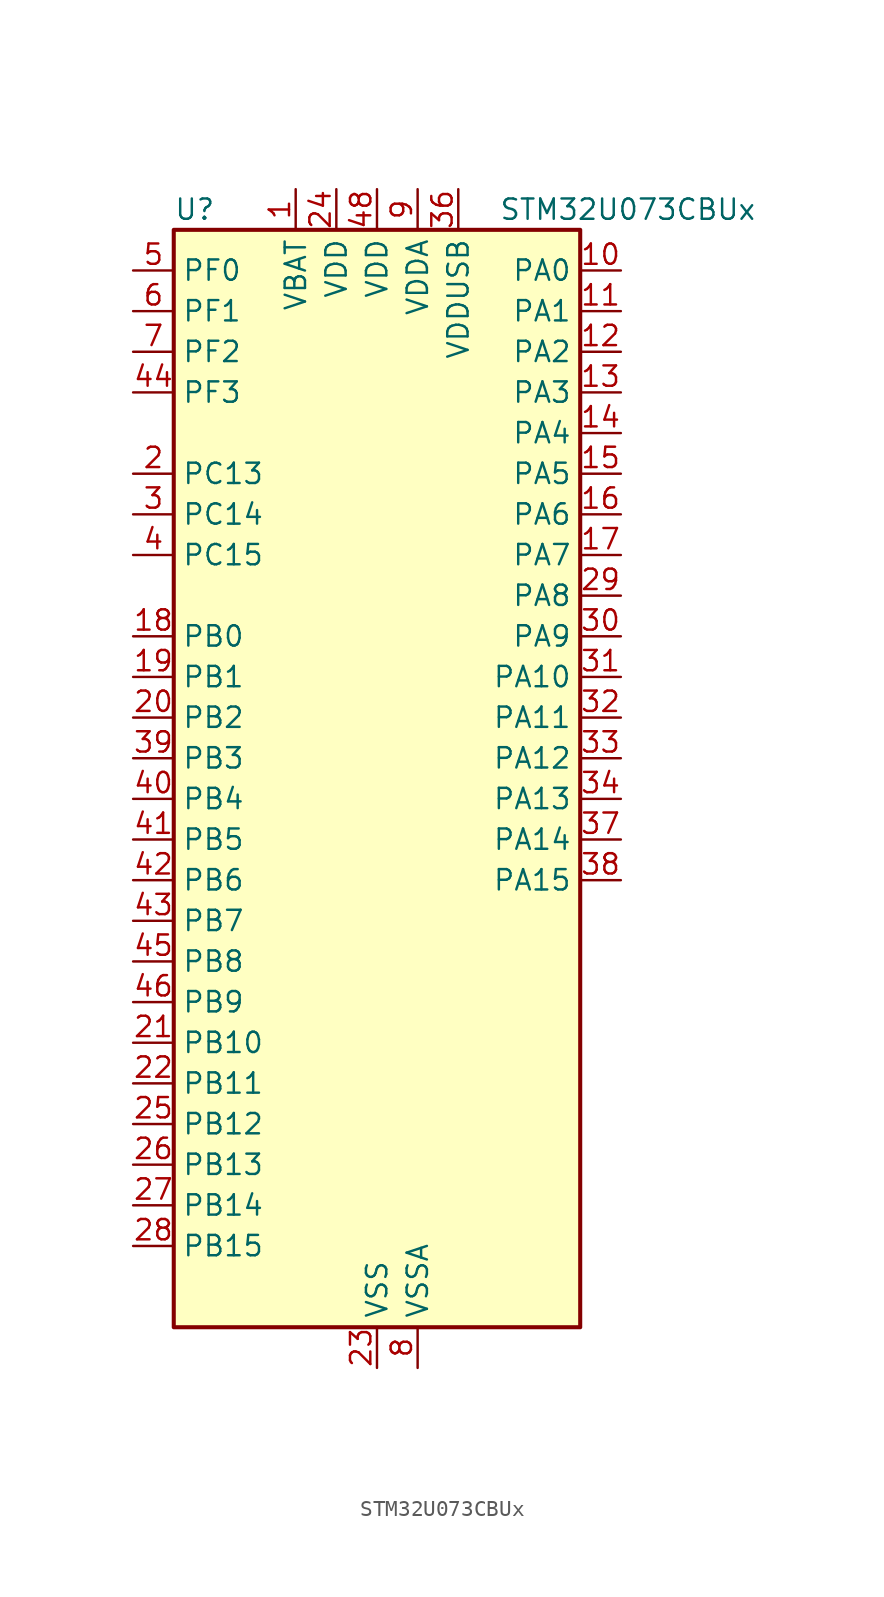
<source format=kicad_sym>
(kicad_symbol_lib
  (version 20231120)
  (generator "kicad_symbol_editor")
  (generator_version "8.99")
  (symbol "STM32U073CBUx"
    (property "Reference" "U"
      (at -12.7 36.83 0)
      (effects (font (size 1.27 1.27)) (justify left)))
    (property "Value" "STM32U073CBUx"
      (at 7.62 36.83 0)
      (effects (font (size 1.27 1.27)) (justify left)))
    (property "ki_locked" ""
      (at 0 0 0)
      (effects (font (size 1.27 1.27))))
    (symbol "STM32U073CBUx_0_1"
      (rectangle (start -12.7 -33.02) (end 12.7 35.56) (stroke (width 0.254) (type default)) (fill (type background))))
    (symbol "STM32U073CBUx_1_1"
      (pin power_in line (at -5.08 38.1 270) (length 2.54) (name "VBAT" (effects (font (size 1.27 1.27)))) (number "1" (effects (font (size 1.27 1.27)))))
      (pin bidirectional line (at 15.24 33.02 180) (length 2.54) (name "PA0" (effects (font (size 1.27 1.27)))) (number "10" (effects (font (size 1.27 1.27)))) (alternate "ADC1_IN4" bidirectional line) (alternate "COMP1_INM" bidirectional line) (alternate "COMP1_OUT" bidirectional line) (alternate "LCD_SEG42" bidirectional line) (alternate "OPAMP1_VINP" bidirectional line) (alternate "PWR_WKUP1" bidirectional line) (alternate "TAMP_IN2" bidirectional line) (alternate "TIM2_CH1" bidirectional line) (alternate "TIM2_ETR" bidirectional line) (alternate "USART2_CTS" bidirectional line) (alternate "USART4_TX" bidirectional line))
      (pin bidirectional line (at 15.24 30.48 180) (length 2.54) (name "PA1" (effects (font (size 1.27 1.27)))) (number "11" (effects (font (size 1.27 1.27)))) (alternate "ADC1_IN5" bidirectional line) (alternate "COMP1_INP" bidirectional line) (alternate "LCD_SEG0" bidirectional line) (alternate "LPTIM1_CH2" bidirectional line) (alternate "OPAMP1_VINM" bidirectional line) (alternate "PWR_WKUP3" bidirectional line) (alternate "SPI1_SCK" bidirectional line) (alternate "SPI2_SCK" bidirectional line) (alternate "TAMP_IN5" bidirectional line) (alternate "TIM15_CH1N" bidirectional line) (alternate "TIM2_CH2" bidirectional line) (alternate "USART2_DE" bidirectional line) (alternate "USART2_RTS" bidirectional line) (alternate "USART4_RX" bidirectional line))
      (pin bidirectional line (at 15.24 27.94 180) (length 2.54) (name "PA2" (effects (font (size 1.27 1.27)))) (number "12" (effects (font (size 1.27 1.27)))) (alternate "ADC1_IN6" bidirectional line) (alternate "COMP2_INM" bidirectional line) (alternate "COMP2_OUT" bidirectional line) (alternate "LCD_SEG1" bidirectional line) (alternate "LPUART1_TX" bidirectional line) (alternate "PWR_WKUP4" bidirectional line) (alternate "RCC_LSCO" bidirectional line) (alternate "TIM15_CH1" bidirectional line) (alternate "TIM2_CH3" bidirectional line) (alternate "USART2_TX" bidirectional line))
      (pin bidirectional line (at 15.24 25.4 180) (length 2.54) (name "PA3" (effects (font (size 1.27 1.27)))) (number "13" (effects (font (size 1.27 1.27)))) (alternate "ADC1_IN7" bidirectional line) (alternate "COMP2_INP" bidirectional line) (alternate "LCD_SEG2" bidirectional line) (alternate "LPUART1_RX" bidirectional line) (alternate "OPAMP1_VOUT" bidirectional line) (alternate "TIM15_CH2" bidirectional line) (alternate "TIM2_CH4" bidirectional line) (alternate "USART2_RX" bidirectional line))
      (pin bidirectional line (at 15.24 22.86 180) (length 2.54) (name "PA4" (effects (font (size 1.27 1.27)))) (number "14" (effects (font (size 1.27 1.27)))) (alternate "ADC1_IN8" bidirectional line) (alternate "COMP1_INM" bidirectional line) (alternate "COMP2_INM" bidirectional line) (alternate "DAC1_OUT1" bidirectional line) (alternate "LCD_SEG43" bidirectional line) (alternate "LPTIM2_CH1" bidirectional line) (alternate "LPUART3_TX" bidirectional line) (alternate "SPI1_NSS" bidirectional line) (alternate "SPI3_NSS" bidirectional line) (alternate "USART2_CK" bidirectional line))
      (pin bidirectional line (at 15.24 20.32 180) (length 2.54) (name "PA5" (effects (font (size 1.27 1.27)))) (number "15" (effects (font (size 1.27 1.27)))) (alternate "ADC1_IN9" bidirectional line) (alternate "COMP1_INM" bidirectional line) (alternate "COMP2_INM" bidirectional line) (alternate "LCD_SEG44" bidirectional line) (alternate "LPTIM2_ETR" bidirectional line) (alternate "LPUART3_RX" bidirectional line) (alternate "SPI1_SCK" bidirectional line) (alternate "TIM2_CH1" bidirectional line) (alternate "TIM2_ETR" bidirectional line) (alternate "USART3_TX" bidirectional line))
      (pin bidirectional line (at 15.24 17.78 180) (length 2.54) (name "PA6" (effects (font (size 1.27 1.27)))) (number "16" (effects (font (size 1.27 1.27)))) (alternate "ADC1_IN10" bidirectional line) (alternate "COMP1_OUT" bidirectional line) (alternate "I2C2_SDA" bidirectional line) (alternate "I2C3_SDA" bidirectional line) (alternate "LCD_SEG3" bidirectional line) (alternate "LPUART1_CTS" bidirectional line) (alternate "SPI1_MISO" bidirectional line) (alternate "TIM16_CH1" bidirectional line) (alternate "TIM1_BKIN" bidirectional line) (alternate "TIM3_CH1" bidirectional line) (alternate "TSC_G5_IO1" bidirectional line) (alternate "USART3_CTS" bidirectional line))
      (pin bidirectional line (at 15.24 15.24 180) (length 2.54) (name "PA7" (effects (font (size 1.27 1.27)))) (number "17" (effects (font (size 1.27 1.27)))) (alternate "ADC1_IN14" bidirectional line) (alternate "COMP2_OUT" bidirectional line) (alternate "I2C2_SCL" bidirectional line) (alternate "I2C3_SCL" bidirectional line) (alternate "LCD_SEG4" bidirectional line) (alternate "LPTIM2_CH2" bidirectional line) (alternate "SPI1_MOSI" bidirectional line) (alternate "TIM1_CH1N" bidirectional line) (alternate "TIM3_CH2" bidirectional line) (alternate "USART3_RX" bidirectional line))
      (pin bidirectional line (at -15.24 10.16 0) (length 2.54) (name "PB0" (effects (font (size 1.27 1.27)))) (number "18" (effects (font (size 1.27 1.27)))) (alternate "ADC1_IN17" bidirectional line) (alternate "COMP1_OUT" bidirectional line) (alternate "LCD_SEG5" bidirectional line) (alternate "LPTIM3_CH1" bidirectional line) (alternate "LPUART2_CTS" bidirectional line) (alternate "SPI1_NSS" bidirectional line) (alternate "TIM1_CH2N" bidirectional line) (alternate "TIM3_CH3" bidirectional line) (alternate "TSC_G5_IO2" bidirectional line) (alternate "USART3_CK" bidirectional line))
      (pin bidirectional line (at -15.24 7.62 0) (length 2.54) (name "PB1" (effects (font (size 1.27 1.27)))) (number "19" (effects (font (size 1.27 1.27)))) (alternate "ADC1_IN18" bidirectional line) (alternate "COMP1_INM" bidirectional line) (alternate "LCD_SEG6" bidirectional line) (alternate "LPTIM2_IN1" bidirectional line) (alternate "LPTIM3_CH2" bidirectional line) (alternate "LPUART1_DE" bidirectional line) (alternate "LPUART1_RTS" bidirectional line) (alternate "LPUART2_DE" bidirectional line) (alternate "LPUART2_RTS" bidirectional line) (alternate "TIM1_CH3N" bidirectional line) (alternate "TIM3_CH4" bidirectional line) (alternate "TSC_SYNC" bidirectional line) (alternate "USART3_DE" bidirectional line) (alternate "USART3_RTS" bidirectional line))
      (pin bidirectional line (at -15.24 20.32 0) (length 2.54) (name "PC13" (effects (font (size 1.27 1.27)))) (number "2" (effects (font (size 1.27 1.27)))) (alternate "LPTIM1_CH3" bidirectional line) (alternate "LPTIM3_CH3" bidirectional line) (alternate "PWR_WKUP2" bidirectional line) (alternate "RTC_OUT1" bidirectional line) (alternate "RTC_TS" bidirectional line) (alternate "TAMP_IN1" bidirectional line))
      (pin bidirectional line (at -15.24 5.08 0) (length 2.54) (name "PB2" (effects (font (size 1.27 1.27)))) (number "20" (effects (font (size 1.27 1.27)))) (alternate "COMP1_INP" bidirectional line) (alternate "LPTIM1_CH1" bidirectional line) (alternate "RTC_OUT2" bidirectional line))
      (pin bidirectional line (at -15.24 -15.24 0) (length 2.54) (name "PB10" (effects (font (size 1.27 1.27)))) (number "21" (effects (font (size 1.27 1.27)))) (alternate "COMP1_OUT" bidirectional line) (alternate "I2C2_SCL" bidirectional line) (alternate "I2C4_SCL" bidirectional line) (alternate "LCD_SEG10" bidirectional line) (alternate "LPTIM3_CH1" bidirectional line) (alternate "LPUART1_RX" bidirectional line) (alternate "LPUART2_RX" bidirectional line) (alternate "SPI2_SCK" bidirectional line) (alternate "TIM2_CH3" bidirectional line) (alternate "TSC_G5_IO3" bidirectional line) (alternate "USART3_TX" bidirectional line))
      (pin bidirectional line (at -15.24 -17.78 0) (length 2.54) (name "PB11" (effects (font (size 1.27 1.27)))) (number "22" (effects (font (size 1.27 1.27)))) (alternate "ADC1_EXTI11" bidirectional line) (alternate "COMP2_OUT" bidirectional line) (alternate "I2C2_SDA" bidirectional line) (alternate "I2C4_SDA" bidirectional line) (alternate "LCD_SEG11" bidirectional line) (alternate "LPUART1_TX" bidirectional line) (alternate "LPUART2_TX" bidirectional line) (alternate "TIM2_CH4" bidirectional line) (alternate "TSC_G5_IO4" bidirectional line) (alternate "USART3_RX" bidirectional line))
      (pin power_in line (at 0 -35.56 90) (length 2.54) (name "VSS" (effects (font (size 1.27 1.27)))) (number "23" (effects (font (size 1.27 1.27)))))
      (pin power_in line (at -2.54 38.1 270) (length 2.54) (name "VDD" (effects (font (size 1.27 1.27)))) (number "24" (effects (font (size 1.27 1.27)))))
      (pin bidirectional line (at -15.24 -20.32 0) (length 2.54) (name "PB12" (effects (font (size 1.27 1.27)))) (number "25" (effects (font (size 1.27 1.27)))) (alternate "LCD_SEG12" bidirectional line) (alternate "LPUART1_DE" bidirectional line) (alternate "LPUART1_RTS" bidirectional line) (alternate "SPI2_NSS" bidirectional line) (alternate "TIM15_BKIN" bidirectional line) (alternate "TIM1_BKIN" bidirectional line) (alternate "TSC_G1_IO1" bidirectional line) (alternate "USART3_CK" bidirectional line))
      (pin bidirectional line (at -15.24 -22.86 0) (length 2.54) (name "PB13" (effects (font (size 1.27 1.27)))) (number "26" (effects (font (size 1.27 1.27)))) (alternate "I2C2_SCL" bidirectional line) (alternate "LCD_SEG13" bidirectional line) (alternate "LPTIM3_IN1" bidirectional line) (alternate "LPUART1_CTS" bidirectional line) (alternate "SPI2_SCK" bidirectional line) (alternate "TIM15_CH1N" bidirectional line) (alternate "TIM1_CH1N" bidirectional line) (alternate "TSC_G1_IO2" bidirectional line) (alternate "USART3_CTS" bidirectional line))
      (pin bidirectional line (at -15.24 -25.4 0) (length 2.54) (name "PB14" (effects (font (size 1.27 1.27)))) (number "27" (effects (font (size 1.27 1.27)))) (alternate "I2C2_SDA" bidirectional line) (alternate "LCD_SEG14" bidirectional line) (alternate "LPTIM3_ETR" bidirectional line) (alternate "SPI2_MISO" bidirectional line) (alternate "TIM15_CH1" bidirectional line) (alternate "TIM1_CH2N" bidirectional line) (alternate "TSC_G1_IO3" bidirectional line) (alternate "USART3_DE" bidirectional line) (alternate "USART3_RTS" bidirectional line))
      (pin bidirectional line (at -15.24 -27.94 0) (length 2.54) (name "PB15" (effects (font (size 1.27 1.27)))) (number "28" (effects (font (size 1.27 1.27)))) (alternate "LCD_SEG15" bidirectional line) (alternate "PWR_WKUP7" bidirectional line) (alternate "RTC_REFIN" bidirectional line) (alternate "SPI2_MOSI" bidirectional line) (alternate "TAMP_IN3" bidirectional line) (alternate "TIM15_CH2" bidirectional line) (alternate "TIM1_CH3N" bidirectional line) (alternate "TSC_G1_IO4" bidirectional line))
      (pin bidirectional line (at 15.24 12.7 180) (length 2.54) (name "PA8" (effects (font (size 1.27 1.27)))) (number "29" (effects (font (size 1.27 1.27)))) (alternate "LCD_COM0" bidirectional line) (alternate "LPTIM2_CH1" bidirectional line) (alternate "RCC_MCO" bidirectional line) (alternate "RCC_MCO2" bidirectional line) (alternate "TIM1_CH1" bidirectional line) (alternate "TSC_G7_IO1" bidirectional line) (alternate "USART1_CK" bidirectional line))
      (pin bidirectional line (at -15.24 17.78 0) (length 2.54) (name "PC14" (effects (font (size 1.27 1.27)))) (number "3" (effects (font (size 1.27 1.27)))) (alternate "RCC_OSC32_IN" bidirectional line))
      (pin bidirectional line (at 15.24 10.16 180) (length 2.54) (name "PA9" (effects (font (size 1.27 1.27)))) (number "30" (effects (font (size 1.27 1.27)))) (alternate "COMP1_INP" bidirectional line) (alternate "DAC1_EXTI9" bidirectional line) (alternate "I2C1_SCL" bidirectional line) (alternate "I2C2_SCL" bidirectional line) (alternate "LCD_COM1" bidirectional line) (alternate "RCC_MCO" bidirectional line) (alternate "TIM15_BKIN" bidirectional line) (alternate "TIM1_CH2" bidirectional line) (alternate "TSC_G7_IO2" bidirectional line) (alternate "USART1_TX" bidirectional line))
      (pin bidirectional line (at 15.24 7.62 180) (length 2.54) (name "PA10" (effects (font (size 1.27 1.27)))) (number "31" (effects (font (size 1.27 1.27)))) (alternate "CRS_SYNC" bidirectional line) (alternate "I2C1_SDA" bidirectional line) (alternate "I2C2_SDA" bidirectional line) (alternate "LCD_COM2" bidirectional line) (alternate "RCC_MCO2" bidirectional line) (alternate "SPI2_NSS" bidirectional line) (alternate "TIM1_CH3" bidirectional line) (alternate "TSC_G7_IO3" bidirectional line) (alternate "USART1_RX" bidirectional line))
      (pin bidirectional line (at 15.24 5.08 180) (length 2.54) (name "PA11" (effects (font (size 1.27 1.27)))) (number "32" (effects (font (size 1.27 1.27)))) (alternate "ADC1_EXTI11" bidirectional line) (alternate "COMP1_OUT" bidirectional line) (alternate "SPI1_MISO" bidirectional line) (alternate "SPI2_MISO" bidirectional line) (alternate "TIM1_BKIN2" bidirectional line) (alternate "TIM1_CH4" bidirectional line) (alternate "USART1_CTS" bidirectional line) (alternate "USB_DM" bidirectional line))
      (pin bidirectional line (at 15.24 2.54 180) (length 2.54) (name "PA12" (effects (font (size 1.27 1.27)))) (number "33" (effects (font (size 1.27 1.27)))) (alternate "SPI1_MOSI" bidirectional line) (alternate "SPI2_MOSI" bidirectional line) (alternate "TIM1_ETR" bidirectional line) (alternate "USART1_DE" bidirectional line) (alternate "USART1_RTS" bidirectional line) (alternate "USB_DP" bidirectional line))
      (pin bidirectional line (at 15.24 0 180) (length 2.54) (name "PA13" (effects (font (size 1.27 1.27)))) (number "34" (effects (font (size 1.27 1.27)))) (alternate "DEBUG_JTMS-SWDIO" bidirectional line) (alternate "IR_OUT" bidirectional line) (alternate "LCD_SEG40" bidirectional line) (alternate "TSC_G7_IO4" bidirectional line) (alternate "USB_NOE" bidirectional line))
      (pin passive line (at 0 -35.56 90) (length 2.54) hide (name "VSS" (effects (font (size 1.27 1.27)))) (number "35" (effects (font (size 1.27 1.27)))))
      (pin power_in line (at 5.08 38.1 270) (length 2.54) (name "VDDUSB" (effects (font (size 1.27 1.27)))) (number "36" (effects (font (size 1.27 1.27)))))
      (pin bidirectional line (at 15.24 -2.54 180) (length 2.54) (name "PA14" (effects (font (size 1.27 1.27)))) (number "37" (effects (font (size 1.27 1.27)))) (alternate "DEBUG_JTCK-SWCLK" bidirectional line) (alternate "LCD_SEG41" bidirectional line) (alternate "LPTIM1_CH1" bidirectional line) (alternate "TSC_G3_IO4" bidirectional line))
      (pin bidirectional line (at 15.24 -5.08 180) (length 2.54) (name "PA15" (effects (font (size 1.27 1.27)))) (number "38" (effects (font (size 1.27 1.27)))) (alternate "DEBUG_JTDI" bidirectional line) (alternate "LCD_SEG17" bidirectional line) (alternate "LPTIM3_CH3" bidirectional line) (alternate "LPTIM3_IN2" bidirectional line) (alternate "SPI1_NSS" bidirectional line) (alternate "SPI3_NSS" bidirectional line) (alternate "TIM2_CH1" bidirectional line) (alternate "TIM2_ETR" bidirectional line) (alternate "TSC_G3_IO1" bidirectional line) (alternate "USART2_RX" bidirectional line) (alternate "USART3_DE" bidirectional line) (alternate "USART3_RTS" bidirectional line) (alternate "USART4_DE" bidirectional line) (alternate "USART4_RTS" bidirectional line))
      (pin bidirectional line (at -15.24 2.54 0) (length 2.54) (name "PB3" (effects (font (size 1.27 1.27)))) (number "39" (effects (font (size 1.27 1.27)))) (alternate "COMP2_INM" bidirectional line) (alternate "DEBUG_JTDO-SWO" bidirectional line) (alternate "I2C2_SCL" bidirectional line) (alternate "I2C3_SCL" bidirectional line) (alternate "LCD_SEG7" bidirectional line) (alternate "LPTIM1_CH3" bidirectional line) (alternate "SPI1_SCK" bidirectional line) (alternate "SPI3_SCK" bidirectional line) (alternate "TIM2_CH2" bidirectional line) (alternate "USART1_DE" bidirectional line) (alternate "USART1_RTS" bidirectional line))
      (pin bidirectional line (at -15.24 15.24 0) (length 2.54) (name "PC15" (effects (font (size 1.27 1.27)))) (number "4" (effects (font (size 1.27 1.27)))) (alternate "RCC_OSC32_EN" bidirectional line) (alternate "RCC_OSC32_OUT" bidirectional line) (alternate "RCC_OSC_EN" bidirectional line))
      (pin bidirectional line (at -15.24 0 0) (length 2.54) (name "PB4" (effects (font (size 1.27 1.27)))) (number "40" (effects (font (size 1.27 1.27)))) (alternate "COMP2_INP" bidirectional line) (alternate "I2C2_SDA" bidirectional line) (alternate "I2C3_SDA" bidirectional line) (alternate "LCD_SEG8" bidirectional line) (alternate "LPTIM1_CH4" bidirectional line) (alternate "LPUART3_DE" bidirectional line) (alternate "LPUART3_RTS" bidirectional line) (alternate "SPI1_MISO" bidirectional line) (alternate "SPI3_MISO" bidirectional line) (alternate "TIM3_CH1" bidirectional line) (alternate "TSC_G2_IO1" bidirectional line) (alternate "USART1_CTS" bidirectional line))
      (pin bidirectional line (at -15.24 -2.54 0) (length 2.54) (name "PB5" (effects (font (size 1.27 1.27)))) (number "41" (effects (font (size 1.27 1.27)))) (alternate "COMP2_OUT" bidirectional line) (alternate "LCD_SEG9" bidirectional line) (alternate "LPTIM1_IN1" bidirectional line) (alternate "LPUART3_CTS" bidirectional line) (alternate "SPI1_MOSI" bidirectional line) (alternate "SPI3_MOSI" bidirectional line) (alternate "TIM16_BKIN" bidirectional line) (alternate "TIM3_CH2" bidirectional line) (alternate "TSC_G2_IO2" bidirectional line) (alternate "USART1_CK" bidirectional line))
      (pin bidirectional line (at -15.24 -5.08 0) (length 2.54) (name "PB6" (effects (font (size 1.27 1.27)))) (number "42" (effects (font (size 1.27 1.27)))) (alternate "COMP2_INP" bidirectional line) (alternate "I2C1_SCL" bidirectional line) (alternate "I2C2_SCL" bidirectional line) (alternate "I2C4_SCL" bidirectional line) (alternate "LPTIM1_ETR" bidirectional line) (alternate "LPUART2_TX" bidirectional line) (alternate "LPUART3_TX" bidirectional line) (alternate "TIM16_CH1N" bidirectional line) (alternate "TSC_G2_IO3" bidirectional line) (alternate "USART1_TX" bidirectional line))
      (pin bidirectional line (at -15.24 -7.62 0) (length 2.54) (name "PB7" (effects (font (size 1.27 1.27)))) (number "43" (effects (font (size 1.27 1.27)))) (alternate "COMP2_INM" bidirectional line) (alternate "I2C1_SDA" bidirectional line) (alternate "I2C2_SDA" bidirectional line) (alternate "I2C4_SDA" bidirectional line) (alternate "LCD_SEG21" bidirectional line) (alternate "LPTIM1_IN2" bidirectional line) (alternate "LPUART2_RX" bidirectional line) (alternate "LPUART3_RX" bidirectional line) (alternate "PWR_PVD_IN" bidirectional line) (alternate "TSC_G2_IO4" bidirectional line) (alternate "USART1_RX" bidirectional line) (alternate "USART4_CTS" bidirectional line))
      (pin bidirectional line (at -15.24 25.4 0) (length 2.54) (name "PF3" (effects (font (size 1.27 1.27)))) (number "44" (effects (font (size 1.27 1.27)))))
      (pin bidirectional line (at -15.24 -10.16 0) (length 2.54) (name "PB8" (effects (font (size 1.27 1.27)))) (number "45" (effects (font (size 1.27 1.27)))) (alternate "I2C1_SCL" bidirectional line) (alternate "I2C2_SCL" bidirectional line) (alternate "LCD_SEG16" bidirectional line) (alternate "LPTIM1_IN2" bidirectional line) (alternate "LPTIM3_IN2" bidirectional line) (alternate "TIM16_CH1" bidirectional line) (alternate "USART3_TX" bidirectional line))
      (pin bidirectional line (at -15.24 -12.7 0) (length 2.54) (name "PB9" (effects (font (size 1.27 1.27)))) (number "46" (effects (font (size 1.27 1.27)))) (alternate "DAC1_EXTI9" bidirectional line) (alternate "I2C1_SDA" bidirectional line) (alternate "I2C2_SDA" bidirectional line) (alternate "IR_OUT" bidirectional line) (alternate "LCD_COM3" bidirectional line) (alternate "LPTIM1_CH4" bidirectional line) (alternate "LPTIM3_CH4" bidirectional line) (alternate "SPI2_NSS" bidirectional line) (alternate "USART3_RX" bidirectional line))
      (pin passive line (at 0 -35.56 90) (length 2.54) hide (name "VSS" (effects (font (size 1.27 1.27)))) (number "47" (effects (font (size 1.27 1.27)))))
      (pin power_in line (at 0 38.1 270) (length 2.54) (name "VDD" (effects (font (size 1.27 1.27)))) (number "48" (effects (font (size 1.27 1.27)))))
      (pin passive line (at 0 -35.56 90) (length 2.54) hide (name "VSS" (effects (font (size 1.27 1.27)))) (number "49" (effects (font (size 1.27 1.27)))))
      (pin bidirectional line (at -15.24 33.02 0) (length 2.54) (name "PF0" (effects (font (size 1.27 1.27)))) (number "5" (effects (font (size 1.27 1.27)))) (alternate "RCC_OSC_IN" bidirectional line))
      (pin bidirectional line (at -15.24 30.48 0) (length 2.54) (name "PF1" (effects (font (size 1.27 1.27)))) (number "6" (effects (font (size 1.27 1.27)))) (alternate "RCC_OSC_EN" bidirectional line) (alternate "RCC_OSC_OUT" bidirectional line))
      (pin bidirectional line (at -15.24 27.94 0) (length 2.54) (name "PF2" (effects (font (size 1.27 1.27)))) (number "7" (effects (font (size 1.27 1.27)))) (alternate "RCC_MCO" bidirectional line))
      (pin power_in line (at 2.54 -35.56 90) (length 2.54) (name "VSSA" (effects (font (size 1.27 1.27)))) (number "8" (effects (font (size 1.27 1.27)))))
      (pin power_in line (at 2.54 38.1 270) (length 2.54) (name "VDDA" (effects (font (size 1.27 1.27)))) (number "9" (effects (font (size 1.27 1.27))))))))
</source>
